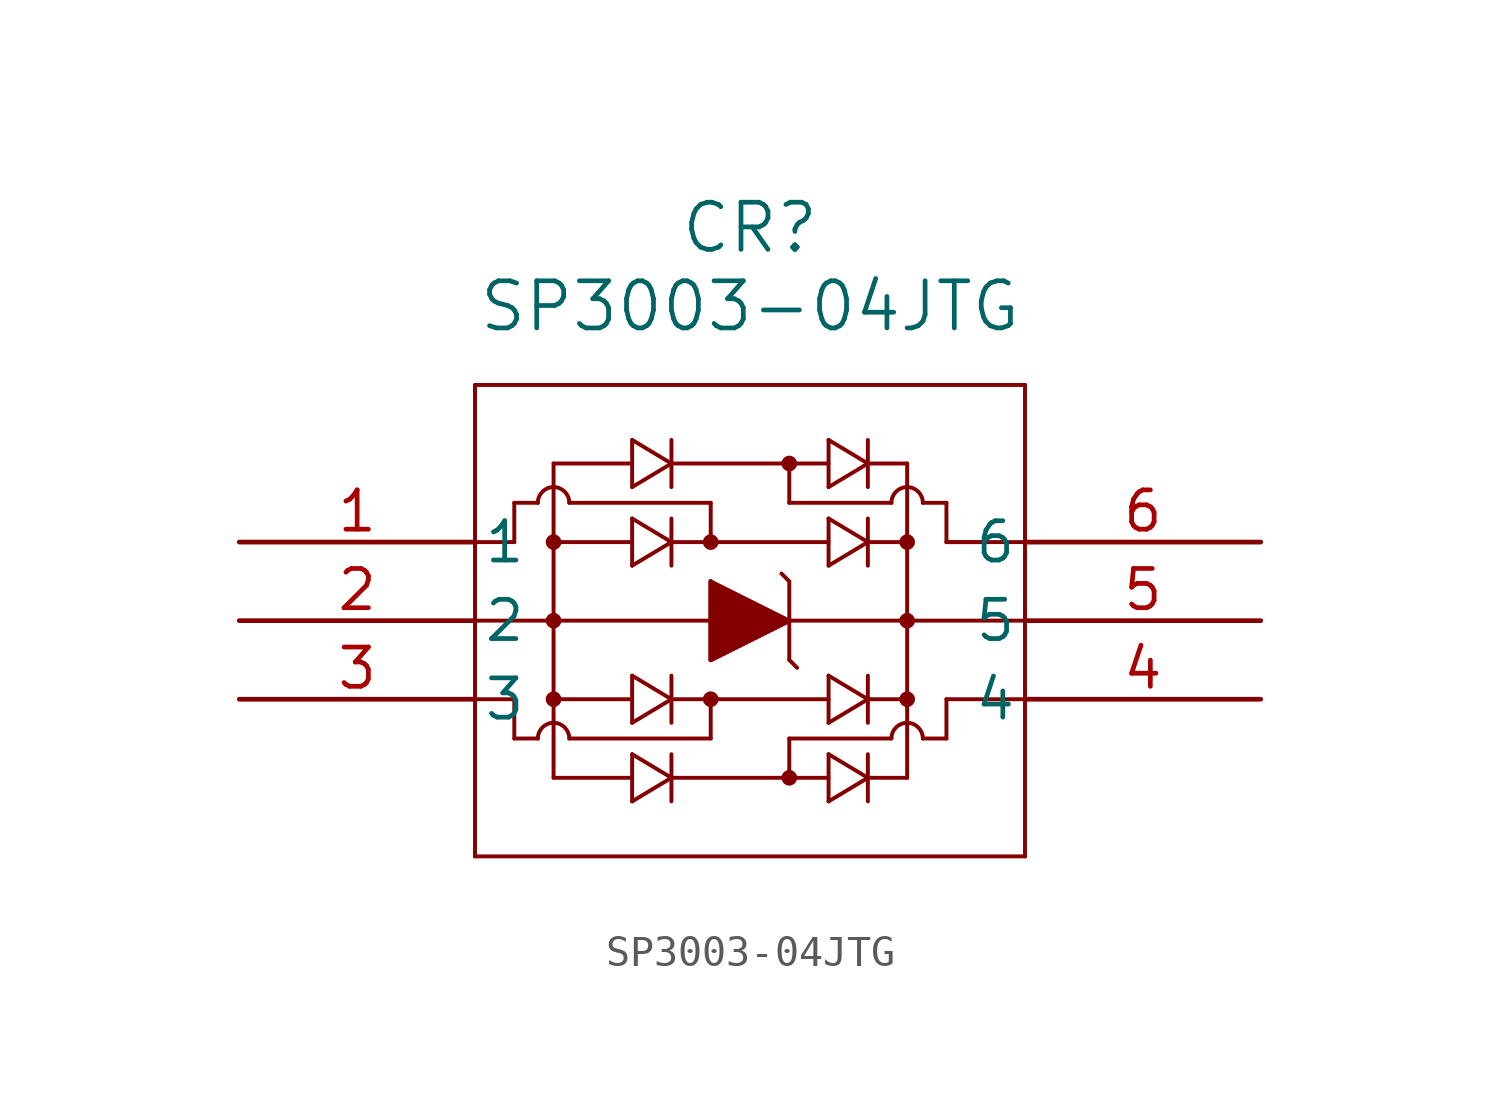
<source format=kicad_sym>
(kicad_symbol_lib
  (version 20211014)
  (generator kicad_symbol_editor)
  (symbol "SP3003-04JTG"
    (pin_names
      (offset 0.254))
    (property "Reference" "CR"
      (at 16.51 10.16 0)
      (effects (font (size 1.524 1.524))))
    (property "Value" "SP3003-04JTG"
      (at 16.51 7.62 0)
      (effects (font (size 1.524 1.524))))
    (symbol "SP3003-04JTG_0_1"
      (polyline (pts (xy 7.62 5.08) (xy 7.62 -10.16)) (stroke (width 0.127) (type default) (color 0 0 0 0)) (fill (type none)))
      (polyline (pts (xy 7.62 -10.16) (xy 25.4 -10.16)) (stroke (width 0.127) (type default) (color 0 0 0 0)) (fill (type none)))
      (polyline (pts (xy 25.4 -10.16) (xy 25.4 5.08)) (stroke (width 0.127) (type default) (color 0 0 0 0)) (fill (type none)))
      (polyline (pts (xy 25.4 5.08) (xy 7.62 5.08)) (stroke (width 0.127) (type default) (color 0 0 0 0)) (fill (type none)))
      (polyline (pts (xy 7.62 -2.54) (xy 25.4 -2.54)) (stroke (width 0.127) (type default) (color 0 0 0 0)) (fill (type none)))
      (polyline (pts (xy 15.24 -1.27) (xy 15.24 -3.81)) (stroke (width 0.127) (type default) (color 0 0 0 0)) (fill (type none)))
      (polyline (pts (xy 15.24 -3.81) (xy 17.78 -2.54)) (stroke (width 0.127) (type default) (color 0 0 0 0)) (fill (type none)))
      (polyline (pts (xy 17.78 -2.54) (xy 15.24 -1.27)) (stroke (width 0.127) (type default) (color 0 0 0 0)) (fill (type none)))
      (polyline (pts (xy 17.78 -1.27) (xy 17.78 -3.81)) (stroke (width 0.127) (type default) (color 0 0 0 0)) (fill (type none)))
      (polyline (pts (xy 15.24 -1.27) (xy 15.24 -3.81) (xy 17.78 -2.54)) (stroke (width 0) (type default) (color 0 0 0 0)) (fill (type outline)))
      (polyline (pts (xy 17.78 -1.27) (xy 17.526 -1.016)) (stroke (width 0.127) (type default) (color 0 0 0 0)) (fill (type none)))
      (polyline (pts (xy 17.78 -3.81) (xy 18.034 -4.064)) (stroke (width 0.127) (type default) (color 0 0 0 0)) (fill (type none)))
      (polyline (pts (xy 7.62 0) (xy 8.89 0)) (stroke (width 0.127) (type default) (color 0 0 0 0)) (fill (type none)))
      (polyline (pts (xy 8.89 0) (xy 8.89 1.27)) (stroke (width 0.127) (type default) (color 0 0 0 0)) (fill (type none)))
      (polyline (pts (xy 10.668 1.27) (xy 15.24 1.27)) (stroke (width 0.127) (type default) (color 0 0 0 0)) (fill (type none)))
      (polyline (pts (xy 15.24 1.27) (xy 15.24 0)) (stroke (width 0.127) (type default) (color 0 0 0 0)) (fill (type none)))
      (polyline (pts (xy 13.97 0) (xy 19.05 0)) (stroke (width 0.127) (type default) (color 0 0 0 0)) (fill (type none)))
      (polyline (pts (xy 10.16 2.54) (xy 10.16 -7.62)) (stroke (width 0.127) (type default) (color 0 0 0 0)) (fill (type none)))
      (polyline (pts (xy 10.16 2.54) (xy 12.7 2.54)) (stroke (width 0.127) (type default) (color 0 0 0 0)) (fill (type none)))
      (polyline (pts (xy 13.97 2.54) (xy 19.05 2.54)) (stroke (width 0.127) (type default) (color 0 0 0 0)) (fill (type none)))
      (polyline (pts (xy 12.7 0) (xy 10.16 0)) (stroke (width 0.127) (type default) (color 0 0 0 0)) (fill (type none)))
      (polyline (pts (xy 12.7 0.762) (xy 12.7 -0.762)) (stroke (width 0.127) (type default) (color 0 0 0 0)) (fill (type none)))
      (polyline (pts (xy 12.7 -0.762) (xy 13.97 0)) (stroke (width 0.127) (type default) (color 0 0 0 0)) (fill (type none)))
      (polyline (pts (xy 13.97 0) (xy 12.7 0.762)) (stroke (width 0.127) (type default) (color 0 0 0 0)) (fill (type none)))
      (polyline (pts (xy 13.97 0.762) (xy 13.97 -0.762)) (stroke (width 0.127) (type default) (color 0 0 0 0)) (fill (type none)))
      (polyline (pts (xy 12.7 3.302) (xy 12.7 1.778)) (stroke (width 0.127) (type default) (color 0 0 0 0)) (fill (type none)))
      (polyline (pts (xy 12.7 1.778) (xy 13.97 2.54)) (stroke (width 0.127) (type default) (color 0 0 0 0)) (fill (type none)))
      (polyline (pts (xy 13.97 2.54) (xy 12.7 3.302)) (stroke (width 0.127) (type default) (color 0 0 0 0)) (fill (type none)))
      (polyline (pts (xy 13.97 3.302) (xy 13.97 1.778)) (stroke (width 0.127) (type default) (color 0 0 0 0)) (fill (type none)))
      (arc (start 10.668 1.27) (mid 10.16 1.778) (end 9.652 1.27) (stroke (width 0.127) (type default) (color 0 0 0 0)) (fill (type none)))
      (circle (center 10.16 0) (radius 0.127) (stroke (width 0.254) (type default) (color 0 0 0 0)) (fill (type none)))
      (circle (center 15.24 0) (radius 0.127) (stroke (width 0.254) (type default) (color 0 0 0 0)) (fill (type none)))
      (polyline (pts (xy 8.89 1.27) (xy 9.652 1.27)) (stroke (width 0.127) (type default) (color 0 0 0 0)) (fill (type none)))
      (polyline (pts (xy 17.78 1.27) (xy 17.78 2.54)) (stroke (width 0.127) (type default) (color 0 0 0 0)) (fill (type none)))
      (arc (start 22.098 1.27) (mid 21.59 1.778) (end 21.082 1.27) (stroke (width 0.127) (type default) (color 0 0 0 0)) (fill (type none)))
      (polyline (pts (xy 22.86 0) (xy 25.4 0)) (stroke (width 0.127) (type default) (color 0 0 0 0)) (fill (type none)))
      (polyline (pts (xy 19.05 1.778) (xy 19.05 3.302)) (stroke (width 0.127) (type default) (color 0 0 0 0)) (fill (type none)))
      (polyline (pts (xy 19.05 3.302) (xy 20.32 2.54)) (stroke (width 0.127) (type default) (color 0 0 0 0)) (fill (type none)))
      (polyline (pts (xy 20.32 2.54) (xy 19.05 1.778)) (stroke (width 0.127) (type default) (color 0 0 0 0)) (fill (type none)))
      (polyline (pts (xy 20.32 1.778) (xy 20.32 3.302)) (stroke (width 0.127) (type default) (color 0 0 0 0)) (fill (type none)))
      (polyline (pts (xy 19.05 -0.762) (xy 19.05 0.762)) (stroke (width 0.127) (type default) (color 0 0 0 0)) (fill (type none)))
      (polyline (pts (xy 19.05 0.762) (xy 20.32 0)) (stroke (width 0.127) (type default) (color 0 0 0 0)) (fill (type none)))
      (polyline (pts (xy 20.32 0) (xy 19.05 -0.762)) (stroke (width 0.127) (type default) (color 0 0 0 0)) (fill (type none)))
      (polyline (pts (xy 20.32 -0.762) (xy 20.32 0.762)) (stroke (width 0.127) (type default) (color 0 0 0 0)) (fill (type none)))
      (circle (center 17.78 2.54) (radius 0.127) (stroke (width 0.254) (type default) (color 0 0 0 0)) (fill (type none)))
      (polyline (pts (xy 24.13 0) (xy 22.86 0)) (stroke (width 0.127) (type default) (color 0 0 0 0)) (fill (type none)))
      (polyline (pts (xy 22.86 0) (xy 22.86 1.27)) (stroke (width 0.127) (type default) (color 0 0 0 0)) (fill (type none)))
      (circle (center 21.59 0) (radius 0.127) (stroke (width 0.254) (type default) (color 0 0 0 0)) (fill (type none)))
      (polyline (pts (xy 20.32 2.54) (xy 21.59 2.54)) (stroke (width 0.127) (type default) (color 0 0 0 0)) (fill (type none)))
      (polyline (pts (xy 20.32 0) (xy 21.59 0)) (stroke (width 0.127) (type default) (color 0 0 0 0)) (fill (type none)))
      (polyline (pts (xy 22.098 1.27) (xy 22.86 1.27)) (stroke (width 0.127) (type default) (color 0 0 0 0)) (fill (type none)))
      (polyline (pts (xy 17.78 -6.35) (xy 21.082 -6.35)) (stroke (width 0.127) (type default) (color 0 0 0 0)) (fill (type none)))
      (polyline (pts (xy 7.62 -5.08) (xy 8.89 -5.08)) (stroke (width 0.127) (type default) (color 0 0 0 0)) (fill (type none)))
      (polyline (pts (xy 8.89 -5.08) (xy 8.89 -6.35)) (stroke (width 0.127) (type default) (color 0 0 0 0)) (fill (type none)))
      (polyline (pts (xy 10.668 -6.35) (xy 15.24 -6.35)) (stroke (width 0.127) (type default) (color 0 0 0 0)) (fill (type none)))
      (polyline (pts (xy 15.24 -6.35) (xy 15.24 -5.08)) (stroke (width 0.127) (type default) (color 0 0 0 0)) (fill (type none)))
      (polyline (pts (xy 13.97 -7.62) (xy 19.05 -7.62)) (stroke (width 0.127) (type default) (color 0 0 0 0)) (fill (type none)))
      (polyline (pts (xy 10.16 -5.08) (xy 12.7 -5.08)) (stroke (width 0.127) (type default) (color 0 0 0 0)) (fill (type none)))
      (polyline (pts (xy 13.97 -5.08) (xy 19.05 -5.08)) (stroke (width 0.127) (type default) (color 0 0 0 0)) (fill (type none)))
      (polyline (pts (xy 12.7 -7.62) (xy 10.16 -7.62)) (stroke (width 0.127) (type default) (color 0 0 0 0)) (fill (type none)))
      (polyline (pts (xy 12.7 -6.858) (xy 12.7 -8.382)) (stroke (width 0.127) (type default) (color 0 0 0 0)) (fill (type none)))
      (polyline (pts (xy 12.7 -8.382) (xy 13.97 -7.62)) (stroke (width 0.127) (type default) (color 0 0 0 0)) (fill (type none)))
      (polyline (pts (xy 13.97 -7.62) (xy 12.7 -6.858)) (stroke (width 0.127) (type default) (color 0 0 0 0)) (fill (type none)))
      (polyline (pts (xy 13.97 -6.858) (xy 13.97 -8.382)) (stroke (width 0.127) (type default) (color 0 0 0 0)) (fill (type none)))
      (polyline (pts (xy 12.7 -4.318) (xy 12.7 -5.842)) (stroke (width 0.127) (type default) (color 0 0 0 0)) (fill (type none)))
      (polyline (pts (xy 12.7 -5.842) (xy 13.97 -5.08)) (stroke (width 0.127) (type default) (color 0 0 0 0)) (fill (type none)))
      (polyline (pts (xy 13.97 -5.08) (xy 12.7 -4.318)) (stroke (width 0.127) (type default) (color 0 0 0 0)) (fill (type none)))
      (polyline (pts (xy 13.97 -4.318) (xy 13.97 -5.842)) (stroke (width 0.127) (type default) (color 0 0 0 0)) (fill (type none)))
      (arc (start 10.668 -6.35) (mid 10.16 -5.842) (end 9.652 -6.35) (stroke (width 0.127) (type default) (color 0 0 0 0)) (fill (type none)))
      (circle (center 10.16 -5.08) (radius 0.127) (stroke (width 0.254) (type default) (color 0 0 0 0)) (fill (type none)))
      (circle (center 15.24 -5.08) (radius 0.127) (stroke (width 0.254) (type default) (color 0 0 0 0)) (fill (type none)))
      (polyline (pts (xy 8.89 -6.35) (xy 9.652 -6.35)) (stroke (width 0.127) (type default) (color 0 0 0 0)) (fill (type none)))
      (polyline (pts (xy 17.78 -6.35) (xy 17.78 -7.62)) (stroke (width 0.127) (type default) (color 0 0 0 0)) (fill (type none)))
      (polyline (pts (xy 22.86 -5.08) (xy 25.4 -5.08)) (stroke (width 0.127) (type default) (color 0 0 0 0)) (fill (type none)))
      (polyline (pts (xy 21.082 1.27) (xy 17.78 1.27)) (stroke (width 0.127) (type default) (color 0 0 0 0)) (fill (type none)))
      (polyline (pts (xy 19.05 -5.842) (xy 19.05 -4.318)) (stroke (width 0.127) (type default) (color 0 0 0 0)) (fill (type none)))
      (polyline (pts (xy 19.05 -4.318) (xy 20.32 -5.08)) (stroke (width 0.127) (type default) (color 0 0 0 0)) (fill (type none)))
      (polyline (pts (xy 20.32 -5.08) (xy 19.05 -5.842)) (stroke (width 0.127) (type default) (color 0 0 0 0)) (fill (type none)))
      (polyline (pts (xy 20.32 -5.842) (xy 20.32 -4.318)) (stroke (width 0.127) (type default) (color 0 0 0 0)) (fill (type none)))
      (polyline (pts (xy 19.05 -8.382) (xy 19.05 -6.858)) (stroke (width 0.127) (type default) (color 0 0 0 0)) (fill (type none)))
      (polyline (pts (xy 19.05 -6.858) (xy 20.32 -7.62)) (stroke (width 0.127) (type default) (color 0 0 0 0)) (fill (type none)))
      (polyline (pts (xy 20.32 -7.62) (xy 19.05 -8.382)) (stroke (width 0.127) (type default) (color 0 0 0 0)) (fill (type none)))
      (polyline (pts (xy 20.32 -8.382) (xy 20.32 -6.858)) (stroke (width 0.127) (type default) (color 0 0 0 0)) (fill (type none)))
      (circle (center 17.78 -7.62) (radius 0.127) (stroke (width 0.254) (type default) (color 0 0 0 0)) (fill (type none)))
      (polyline (pts (xy 20.32 -5.08) (xy 21.59 -5.08)) (stroke (width 0.127) (type default) (color 0 0 0 0)) (fill (type none)))
      (polyline (pts (xy 22.86 -5.08) (xy 22.86 -6.35)) (stroke (width 0.127) (type default) (color 0 0 0 0)) (fill (type none)))
      (arc (start 22.098 -6.35) (mid 21.59 -5.842) (end 21.082 -6.35) (stroke (width 0.127) (type default) (color 0 0 0 0)) (fill (type none)))
      (circle (center 21.59 -5.08) (radius 0.127) (stroke (width 0.254) (type default) (color 0 0 0 0)) (fill (type none)))
      (polyline (pts (xy 22.86 -6.35) (xy 22.098 -6.35)) (stroke (width 0.127) (type default) (color 0 0 0 0)) (fill (type none)))
      (polyline (pts (xy 21.59 2.54) (xy 21.59 -7.62)) (stroke (width 0.127) (type default) (color 0 0 0 0)) (fill (type none)))
      (polyline (pts (xy 21.59 -7.62) (xy 20.32 -7.62)) (stroke (width 0.127) (type default) (color 0 0 0 0)) (fill (type none)))
      (circle (center 10.16 -2.54) (radius 0.127) (stroke (width 0.254) (type default) (color 0 0 0 0)) (fill (type none)))
      (circle (center 21.59 -2.54) (radius 0.127) (stroke (width 0.254) (type default) (color 0 0 0 0)) (fill (type none)))
      (pin unspecified line (at 0 0 0) (length 7.62) (name "1" (effects (font (size 1.27 1.27)))) (number "1" (effects (font (size 1.27 1.27)))))
      (pin unspecified line (at 0 -2.54 0) (length 7.62) (name "2" (effects (font (size 1.27 1.27)))) (number "2" (effects (font (size 1.27 1.27)))))
      (pin unspecified line (at 0 -5.08 0) (length 7.62) (name "3" (effects (font (size 1.27 1.27)))) (number "3" (effects (font (size 1.27 1.27)))))
      (pin unspecified line (at 33.02 -5.08 180) (length 7.62) (name "4" (effects (font (size 1.27 1.27)))) (number "4" (effects (font (size 1.27 1.27)))))
      (pin unspecified line (at 33.02 -2.54 180) (length 7.62) (name "5" (effects (font (size 1.27 1.27)))) (number "5" (effects (font (size 1.27 1.27)))))
      (pin unspecified line (at 33.02 0 180) (length 7.62) (name "6" (effects (font (size 1.27 1.27)))) (number "6" (effects (font (size 1.27 1.27))))))))
</source>
